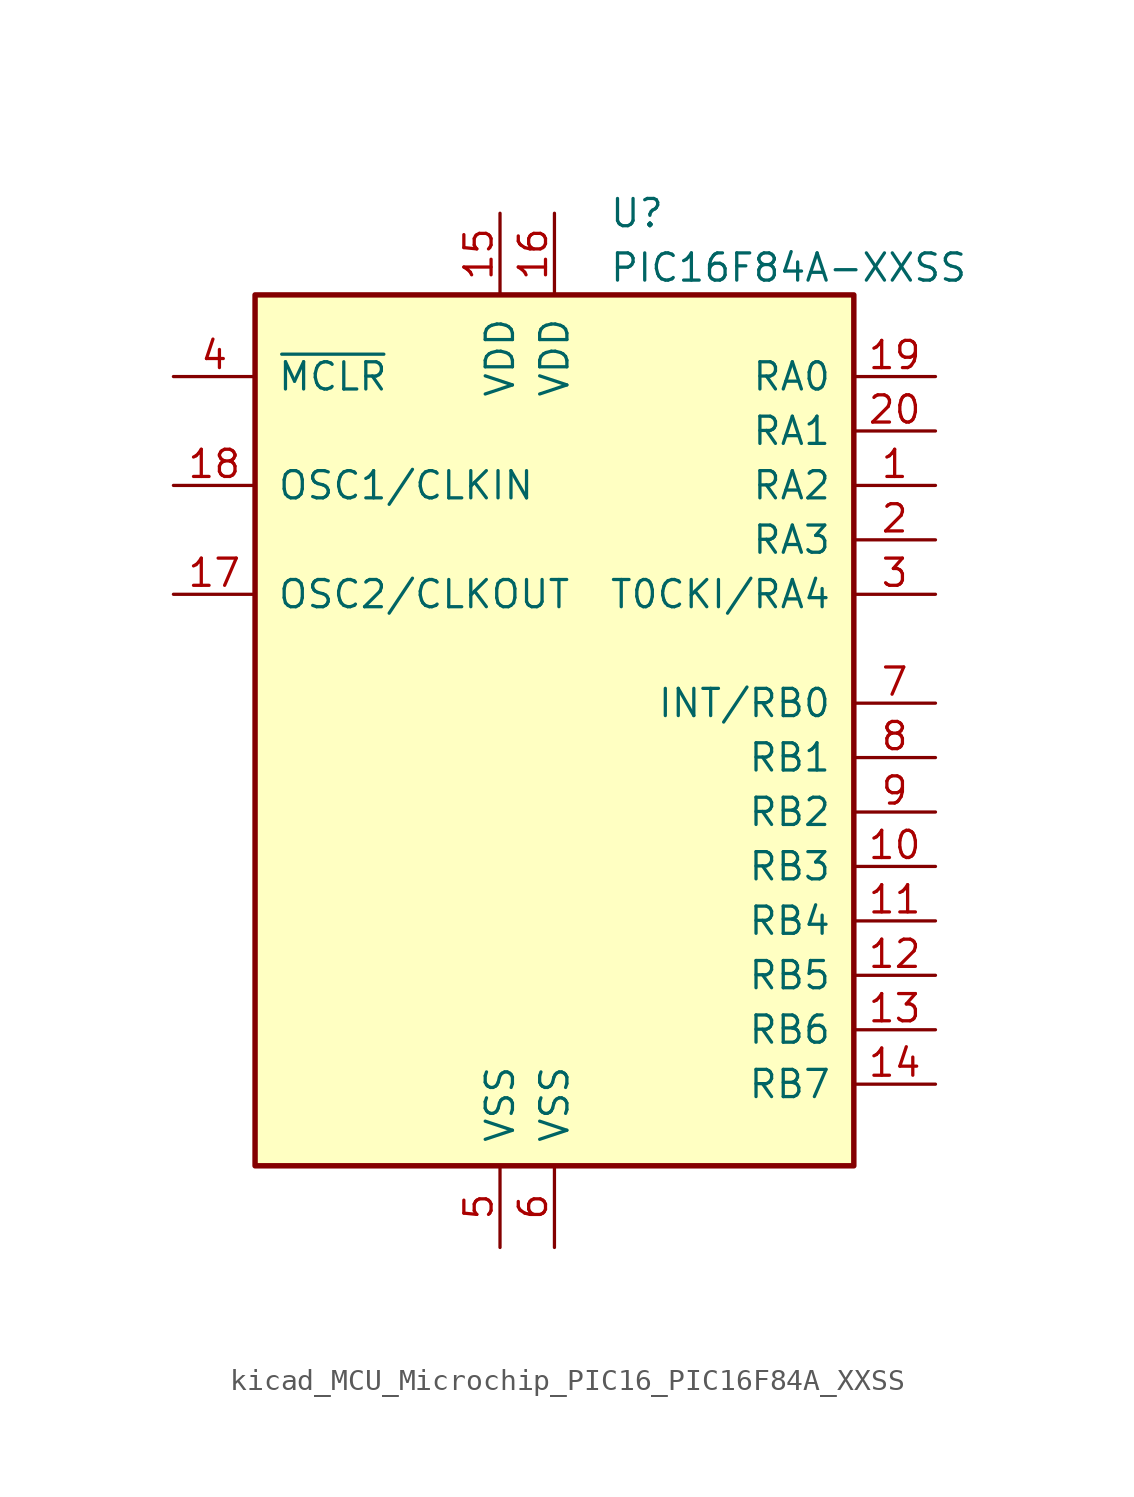
<source format=kicad_sym>
(kicad_symbol_lib
  (version 20220914)
  (generator kicad_symbol_editor)
  (symbol "kicad_MCU_Microchip_PIC16_PIC16F84A_XXSS"
    (pin_names
      (offset 1.016))
    (property "Reference" "U"
      (at 2.54 22.86 0)
      (effects (font (size 1.27 1.27)) (justify left)))
    (property "Value" "PIC16F84A-XXSS"
      (at 2.54 20.32 0)
      (effects (font (size 1.27 1.27)) (justify left)))
    (symbol "kicad_MCU_Microchip_PIC16_PIC16F84A_XXSS_0_1"
      (rectangle (start -13.97 19.05) (end 13.97 -21.59) (stroke (width 0.254) (type default)) (fill (type background))))
    (symbol "kicad_MCU_Microchip_PIC16_PIC16F84A_XXSS_1_1"
      (pin bidirectional line (at 17.78 10.16 180) (length 3.81) (name "RA2" (effects (font (size 1.27 1.27)))) (number "1" (effects (font (size 1.27 1.27)))))
      (pin bidirectional line (at 17.78 -7.62 180) (length 3.81) (name "RB3" (effects (font (size 1.27 1.27)))) (number "10" (effects (font (size 1.27 1.27)))))
      (pin bidirectional line (at 17.78 -10.16 180) (length 3.81) (name "RB4" (effects (font (size 1.27 1.27)))) (number "11" (effects (font (size 1.27 1.27)))))
      (pin bidirectional line (at 17.78 -12.7 180) (length 3.81) (name "RB5" (effects (font (size 1.27 1.27)))) (number "12" (effects (font (size 1.27 1.27)))))
      (pin bidirectional line (at 17.78 -15.24 180) (length 3.81) (name "RB6" (effects (font (size 1.27 1.27)))) (number "13" (effects (font (size 1.27 1.27)))))
      (pin bidirectional line (at 17.78 -17.78 180) (length 3.81) (name "RB7" (effects (font (size 1.27 1.27)))) (number "14" (effects (font (size 1.27 1.27)))))
      (pin power_in line (at -2.54 22.86 270) (length 3.81) (name "VDD" (effects (font (size 1.27 1.27)))) (number "15" (effects (font (size 1.27 1.27)))))
      (pin power_in line (at 0 22.86 270) (length 3.81) (name "VDD" (effects (font (size 1.27 1.27)))) (number "16" (effects (font (size 1.27 1.27)))))
      (pin output line (at -17.78 5.08 0) (length 3.81) (name "OSC2/CLKOUT" (effects (font (size 1.27 1.27)))) (number "17" (effects (font (size 1.27 1.27)))))
      (pin input line (at -17.78 10.16 0) (length 3.81) (name "OSC1/CLKIN" (effects (font (size 1.27 1.27)))) (number "18" (effects (font (size 1.27 1.27)))))
      (pin bidirectional line (at 17.78 15.24 180) (length 3.81) (name "RA0" (effects (font (size 1.27 1.27)))) (number "19" (effects (font (size 1.27 1.27)))))
      (pin bidirectional line (at 17.78 7.62 180) (length 3.81) (name "RA3" (effects (font (size 1.27 1.27)))) (number "2" (effects (font (size 1.27 1.27)))))
      (pin bidirectional line (at 17.78 12.7 180) (length 3.81) (name "RA1" (effects (font (size 1.27 1.27)))) (number "20" (effects (font (size 1.27 1.27)))))
      (pin bidirectional line (at 17.78 5.08 180) (length 3.81) (name "T0CKI/RA4" (effects (font (size 1.27 1.27)))) (number "3" (effects (font (size 1.27 1.27)))))
      (pin input line (at -17.78 15.24 0) (length 3.81) (name "~{MCLR}" (effects (font (size 1.27 1.27)))) (number "4" (effects (font (size 1.27 1.27)))))
      (pin power_in line (at -2.54 -25.4 90) (length 3.81) (name "VSS" (effects (font (size 1.27 1.27)))) (number "5" (effects (font (size 1.27 1.27)))))
      (pin power_in line (at 0 -25.4 90) (length 3.81) (name "VSS" (effects (font (size 1.27 1.27)))) (number "6" (effects (font (size 1.27 1.27)))))
      (pin bidirectional line (at 17.78 0 180) (length 3.81) (name "INT/RB0" (effects (font (size 1.27 1.27)))) (number "7" (effects (font (size 1.27 1.27)))))
      (pin bidirectional line (at 17.78 -2.54 180) (length 3.81) (name "RB1" (effects (font (size 1.27 1.27)))) (number "8" (effects (font (size 1.27 1.27)))))
      (pin bidirectional line (at 17.78 -5.08 180) (length 3.81) (name "RB2" (effects (font (size 1.27 1.27)))) (number "9" (effects (font (size 1.27 1.27))))))))
</source>
